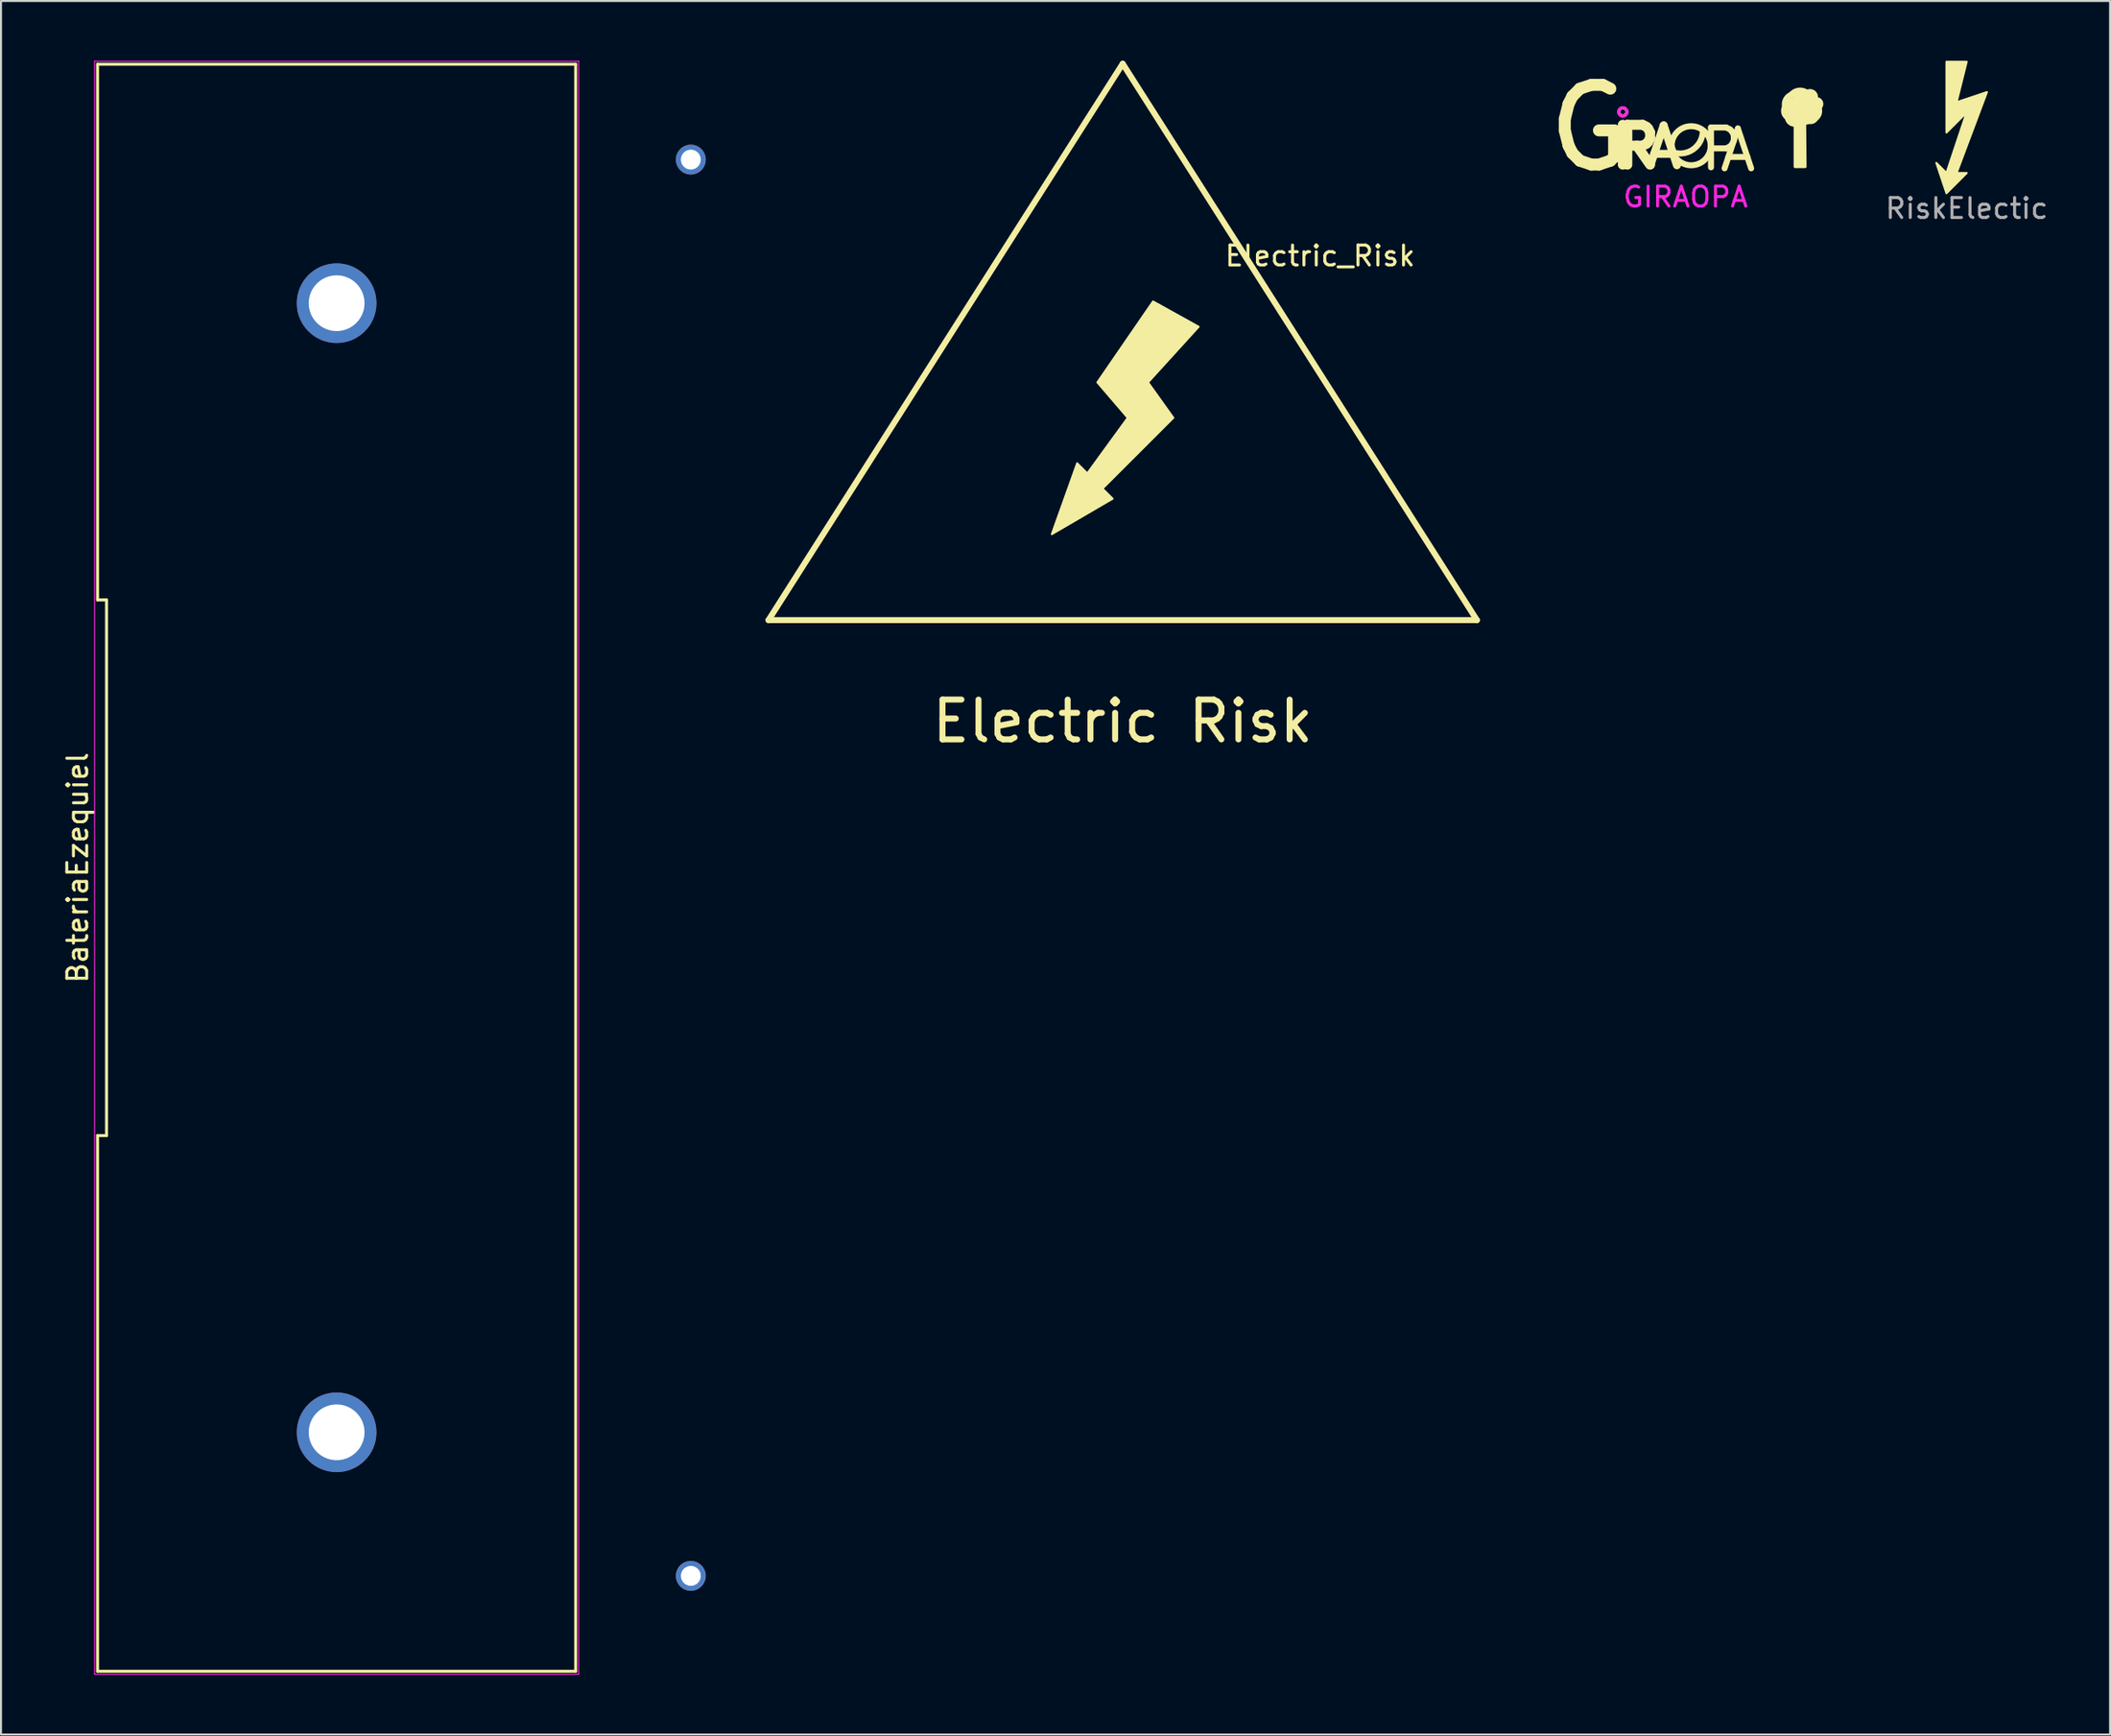
<source format=kicad_pcb>
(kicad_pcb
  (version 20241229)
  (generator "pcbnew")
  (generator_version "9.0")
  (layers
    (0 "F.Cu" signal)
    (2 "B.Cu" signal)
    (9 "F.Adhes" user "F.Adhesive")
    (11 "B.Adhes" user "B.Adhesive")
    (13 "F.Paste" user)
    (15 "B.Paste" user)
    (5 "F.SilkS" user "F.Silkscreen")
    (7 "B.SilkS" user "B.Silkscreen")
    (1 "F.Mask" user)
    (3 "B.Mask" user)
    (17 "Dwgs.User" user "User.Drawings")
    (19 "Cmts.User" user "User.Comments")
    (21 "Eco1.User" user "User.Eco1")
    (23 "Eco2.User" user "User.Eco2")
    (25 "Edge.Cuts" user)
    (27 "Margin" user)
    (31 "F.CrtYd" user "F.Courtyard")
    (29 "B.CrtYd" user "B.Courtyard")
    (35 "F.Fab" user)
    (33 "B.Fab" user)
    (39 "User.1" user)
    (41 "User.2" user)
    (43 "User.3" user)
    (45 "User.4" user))
  (footprint "GIRAOPA"
    (layer "F.Cu")
    (at 78.488 4.868)
    (property "Reference" "GIRAOPA" (at 3.075 1.975 0) (layer "F.CrtYd") (effects (font (size 1 1) (thickness 0.15))))
    (attr through_hole)
    (fp_arc (start 3.940173 -1.35) (mid 3.492078 -0.443896) (end 2.5 -0.25) (stroke (width 0.3) (type solid)) (layer "F.SilkS"))
    (fp_circle (center -0.075 -2.3) (end -0.275 -2.3) (stroke (width 0.15) (type solid)) (fill no) (layer "F.SilkS"))
    (fp_circle (center 3.356 -0.6) (end 4.331 -0.708) (stroke (width 0.3) (type solid)) (fill no) (layer "F.SilkS"))
    (fp_circle (center 8.4 -2.35) (end 8.025 -2.425) (stroke (width 0.3) (type solid)) (fill no) (layer "F.SilkS"))
    (fp_circle (center 8.55 -2.05) (end 8.25 -1.875) (stroke (width 0.3) (type solid)) (fill no) (layer "F.SilkS"))
    (fp_circle (center 8.575 -2.675) (end 8.275 -3.1) (stroke (width 0.3) (type solid)) (fill no) (layer "F.SilkS"))
    (fp_circle (center 8.825 -2.8) (end 9.275 -3.15) (stroke (width 0.3) (type solid)) (fill no) (layer "F.SilkS"))
    (fp_circle (center 9.025 -2.55) (end 9.6 -2.45) (stroke (width 0.3) (type solid)) (fill no) (layer "F.SilkS"))
    (fp_circle (center 9.025 -2.4) (end 9.425 -1.95) (stroke (width 0.3) (type solid)) (fill no) (layer "F.SilkS"))
    (fp_circle (center 9.075 -2.55) (end 8.9 -2.75) (stroke (width 0.3) (type solid)) (fill no) (layer "F.SilkS"))
    (fp_circle (center 9.325 -3.05) (end 9.55 -3.15) (stroke (width 0.3) (type solid)) (fill no) (layer "F.SilkS"))
    (fp_circle (center 9.325 -2.35) (end 9.725 -2.575) (stroke (width 0.3) (type solid)) (fill no) (layer "F.SilkS"))
    (fp_circle (center 9.35 -2.1) (end 9.55 -1.925) (stroke (width 0.3) (type solid)) (fill no) (layer "F.SilkS"))
    (fp_circle (center 9.65 -2.7) (end 9.825 -2.775) (stroke (width 0.3) (type solid)) (fill no) (layer "F.SilkS"))
    (fp_poly (pts (xy 8.575 -2.025) (xy 8.575 0.45) (xy 9.075 0.45) (xy 9.05 -2.025)) (stroke (width 0.15) (type solid)) (fill yes) (layer "F.SilkS"))
    (fp_circle (center -0.075 -2.3) (end -0.225 -2.45) (stroke (width 0.15) (type solid)) (fill no) (layer "F.CrtYd"))
    (fp_text user "P" (at 4.875 -0.425 0) (layer "F.SilkS") (effects (font (size 2 2) (thickness 0.3))))
    (fp_text user "G" (at -1.75 -1.475 0) (layer "F.SilkS") (effects (font (size 4 4) (thickness 0.6))))
    (fp_text user "R" (at 0.675 -0.55 0) (layer "F.SilkS") (effects (font (size 2 2) (thickness 0.5))))
    (fp_text user "A" (at 1.975 -0.525 0) (layer "F.SilkS") (effects (font (size 2 2) (thickness 0.4))))
    (fp_text user "I" (at -0.075 -0.55 0) (layer "F.SilkS") (effects (font (size 2 2) (thickness 0.5))))
    (fp_text user "A" (at 5.7 -0.375 0) (layer "F.SilkS") (effects (font (size 2 2) (thickness 0.3)))))
  (footprint "BateriaEzequiel"
    (layer "F.Cu")
    (at 13.848 40.525)
    (property "Reference" "BateriaEzequiel" (at -13 0 90) (layer "F.SilkS") (effects (font (size 1 1) (thickness 0.15))))
    (attr through_hole)
    (fp_line (start -12 -13.45) (end -11.55 -13.45) (stroke (width 0.15) (type solid)) (layer "F.SilkS"))
    (fp_line (start -12 13.45) (end -12 40.35) (stroke (width 0.15) (type solid)) (layer "F.SilkS"))
    (fp_line (start -12 40.35) (end 12 40.35) (stroke (width 0.15) (type solid)) (layer "F.SilkS"))
    (fp_line (start -12 -40.35) (end -12 -13.45) (stroke (width 0.15) (type solid)) (layer "F.SilkS"))
    (fp_line (start -11.55 -13.45) (end -11.55 13.45) (stroke (width 0.15) (type solid)) (layer "F.SilkS"))
    (fp_line (start -11.55 13.45) (end -12 13.45) (stroke (width 0.15) (type solid)) (layer "F.SilkS"))
    (fp_line (start 12 40.35) (end 12 -40.35) (stroke (width 0.15) (type solid)) (layer "F.SilkS"))
    (fp_line (start 12 -40.35) (end -12 -40.35) (stroke (width 0.15) (type solid)) (layer "F.SilkS"))
    (fp_line (start -12.15 -40.5) (end 12.15 -40.5) (stroke (width 0.05) (type solid)) (layer "F.CrtYd"))
    (fp_line (start -12.15 40.5) (end -12.15 -40.5) (stroke (width 0.05) (type solid)) (layer "F.CrtYd"))
    (fp_line (start 12.15 -40.5) (end 12.15 40.5) (stroke (width 0.05) (type solid)) (layer "F.CrtYd"))
    (fp_line (start 12.15 40.5) (end -12.15 40.5) (stroke (width 0.05) (type solid)) (layer "F.CrtYd"))
    (pad "" np_thru_hole circle (at 0 -28.35) (size 4 4) (drill 2.8) (layers "*.Cu" "*.Mask"))
    (pad "" np_thru_hole circle (at 0 28.35) (size 4 4) (drill 2.8) (layers "*.Cu" "*.Mask"))
    (pad "1" thru_hole circle (at 17.78 -35.56) (size 1.5 1.5) (drill 1) (layers "*.Cu" "*.Mask"))
    (pad "2" thru_hole circle (at 17.78 35.56) (size 1.5 1.5) (drill 1) (layers "*.Cu" "*.Mask")))
  (footprint "Electric_Risk"
    (layer "F.Cu")
    (at 53.308 17.93)
    (property "Reference" "Electric_Risk" (at 9.906 -8.128 0) (layer "F.SilkS") (effects (font (size 1 1) (thickness 0.15))))
    (attr through_hole)
    (fp_line (start -17.78 10.16) (end 0 -17.78) (stroke (width 0.3) (type solid)) (layer "F.SilkS"))
    (fp_line (start -17.78 10.16) (end 17.78 10.16) (stroke (width 0.3) (type solid)) (layer "F.SilkS"))
    (fp_line (start 17.78 10.16) (end 0 -17.78) (stroke (width 0.3) (type solid)) (layer "F.SilkS"))
    (fp_poly (pts (xy -2.286 2.286) (xy -3.556 5.842) (xy -0.508 4.064) (xy -1.016 3.556) (xy 2.54 0) (xy 1.27 -1.778) (xy 3.81 -4.572) (xy 1.524 -5.842) (xy -1.27 -1.778) (xy 0.254 0) (xy -1.778 2.794)) (stroke (width 0.1) (type solid)) (fill yes) (layer "F.SilkS"))
    (fp_text user "Electric Risk" (at 0 15.24 0) (layer "F.SilkS") (effects (font (size 2 2) (thickness 0.3)))))
  (footprint "RiskElectic"
    (layer "F.Cu")
    (at 95.675 6.654)
    (property "Reference" "RiskElectic" (at 0 0.762 0) (layer "F.Fab") (effects (font (size 1 1) (thickness 0.15))))
    (attr through_hole)
    (fp_poly (pts (xy -0.508 -4.572) (xy 1.016 -5.08) (xy -0.508 -1.016) (xy 0 -1.016) (xy -1.016 0) (xy -1.524 -1.524) (xy -1.016 -1.016) (xy 0 -4.064) (xy -1.016 -3.048) (xy -1.016 -6.604) (xy 0 -6.604)) (stroke (width 0.1) (type solid)) (fill yes) (layer "F.SilkS")))
  (gr_rect
    (start -3 -3)
    (end 102.872 84.05)
    (stroke (width 0.1) (type default))
    (fill no)
    (layer "Edge.Cuts")))
</source>
